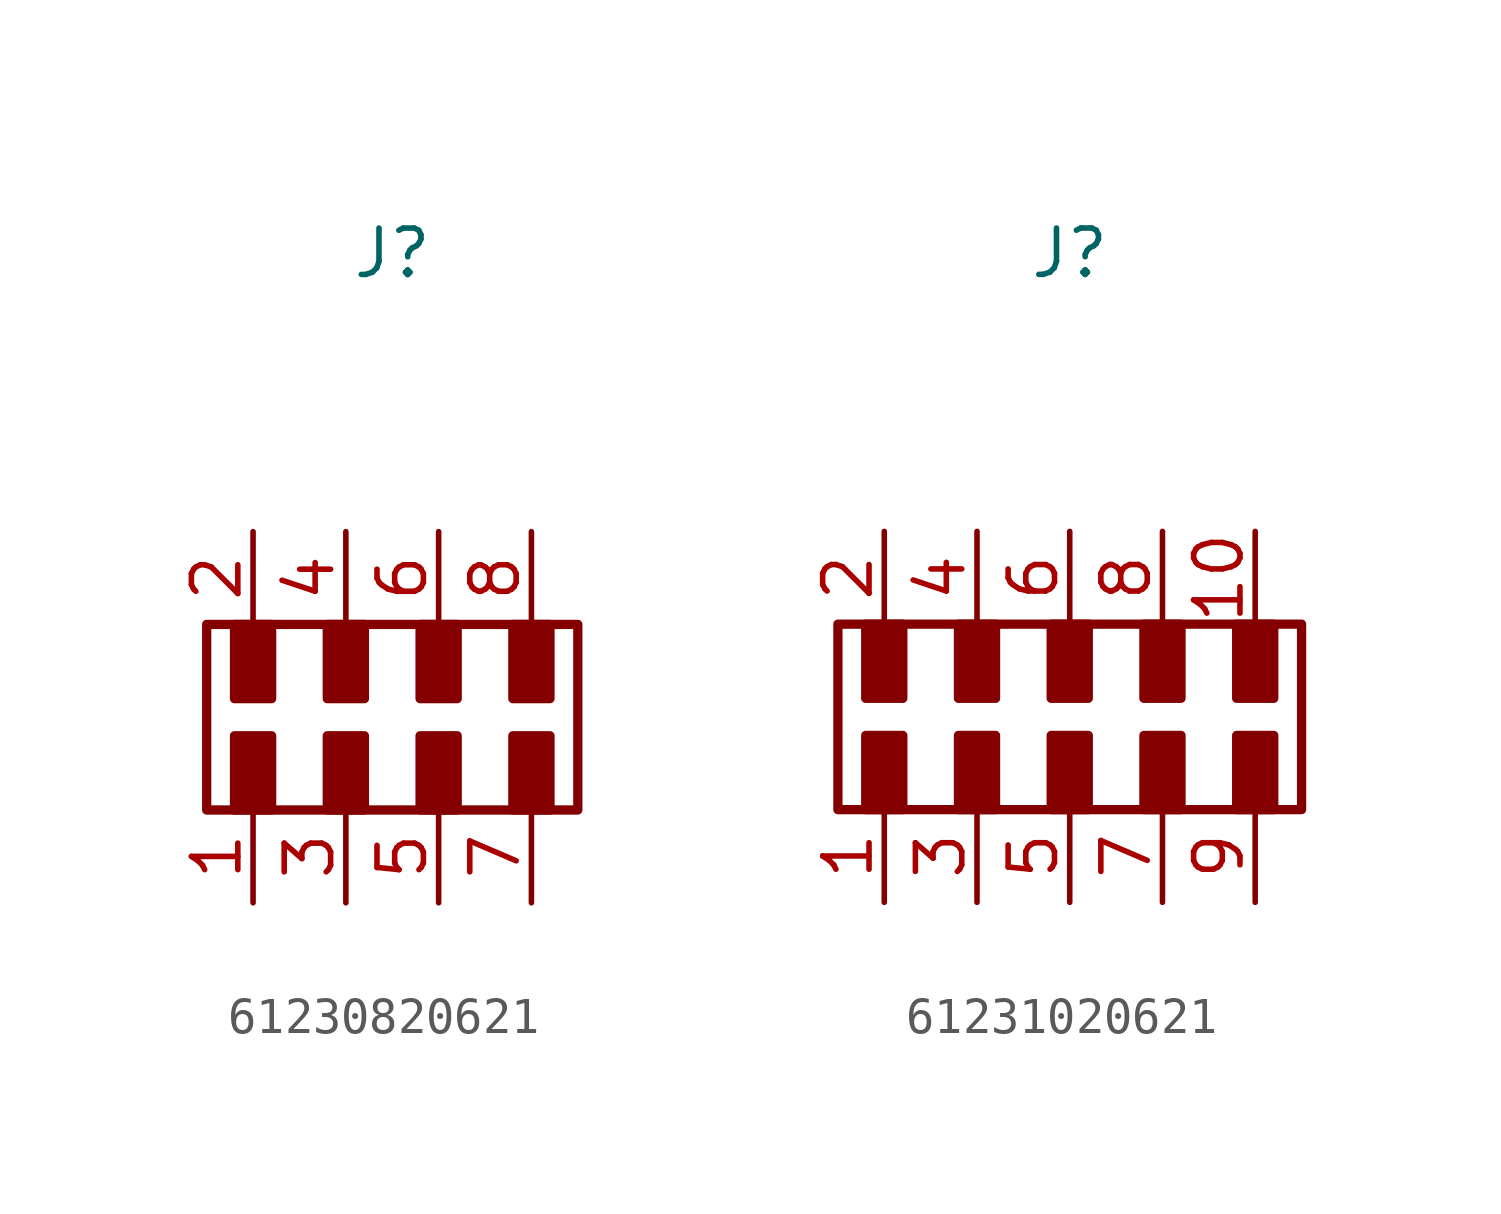
<source format=kicad_sym>
(kicad_symbol_lib
  (version 20241209)
  (generator "kicad_symbol_editor")
  (generator_version "9.0")
  (symbol "61230820621"
    (pin_names
      (hide yes))
    (property "Reference" "J"
      (at 0 12.7 0)
      (effects (font (size 1.27 1.27))))
    (symbol "61230820621_1_1"
      (rectangle (start -5.08 2.54) (end 5.08 -2.54) (stroke (width 0.254) (type solid)) (fill (type none)))
      (rectangle (start -4.318 2.54) (end -3.302 0.508) (stroke (width 0.254) (type solid)) (fill (type outline)))
      (rectangle (start -4.318 -0.508) (end -3.302 -2.54) (stroke (width 0.254) (type solid)) (fill (type outline)))
      (rectangle (start -1.778 2.54) (end -0.762 0.508) (stroke (width 0.254) (type solid)) (fill (type outline)))
      (rectangle (start -1.778 -0.508) (end -0.762 -2.54) (stroke (width 0.254) (type solid)) (fill (type outline)))
      (rectangle (start 0.762 2.54) (end 1.778 0.508) (stroke (width 0.254) (type solid)) (fill (type outline)))
      (rectangle (start 0.762 -0.508) (end 1.778 -2.54) (stroke (width 0.254) (type solid)) (fill (type outline)))
      (rectangle (start 3.302 2.54) (end 4.318 0.508) (stroke (width 0.254) (type solid)) (fill (type outline)))
      (rectangle (start 3.302 -0.508) (end 4.318 -2.54) (stroke (width 0.254) (type solid)) (fill (type outline)))
      (pin passive line (at -3.81 5.08 270) (length 2.54) (name "2" (effects (font (size 1.27 1.27)))) (number "2" (effects (font (size 1.27 1.27)))))
      (pin passive line (at -3.81 -5.08 90) (length 2.54) (name "1" (effects (font (size 1.27 1.27)))) (number "1" (effects (font (size 1.27 1.27)))))
      (pin passive line (at -1.27 5.08 270) (length 2.54) (name "4" (effects (font (size 1.27 1.27)))) (number "4" (effects (font (size 1.27 1.27)))))
      (pin passive line (at -1.27 -5.08 90) (length 2.54) (name "3" (effects (font (size 1.27 1.27)))) (number "3" (effects (font (size 1.27 1.27)))))
      (pin passive line (at 1.27 5.08 270) (length 2.54) (name "6" (effects (font (size 1.27 1.27)))) (number "6" (effects (font (size 1.27 1.27)))))
      (pin passive line (at 1.27 -5.08 90) (length 2.54) (name "5" (effects (font (size 1.27 1.27)))) (number "5" (effects (font (size 1.27 1.27)))))
      (pin passive line (at 3.81 5.08 270) (length 2.54) (name "8" (effects (font (size 1.27 1.27)))) (number "8" (effects (font (size 1.27 1.27)))))
      (pin passive line (at 3.81 -5.08 90) (length 2.54) (name "7" (effects (font (size 1.27 1.27)))) (number "7" (effects (font (size 1.27 1.27)))))))
  (symbol "61231020621"
    (pin_names
      (hide yes))
    (property "Reference" "J"
      (at 0 12.7 0)
      (effects (font (size 1.27 1.27))))
    (symbol "61231020621_1_1"
      (rectangle (start -6.35 2.54) (end 6.35 -2.54) (stroke (width 0.254) (type solid)) (fill (type none)))
      (rectangle (start -5.588 2.54) (end -4.572 0.508) (stroke (width 0.254) (type solid)) (fill (type outline)))
      (rectangle (start -5.588 -0.508) (end -4.572 -2.54) (stroke (width 0.254) (type solid)) (fill (type outline)))
      (rectangle (start -3.048 2.54) (end -2.032 0.508) (stroke (width 0.254) (type solid)) (fill (type outline)))
      (rectangle (start -3.048 -0.508) (end -2.032 -2.54) (stroke (width 0.254) (type solid)) (fill (type outline)))
      (rectangle (start -0.508 2.54) (end 0.508 0.508) (stroke (width 0.254) (type solid)) (fill (type outline)))
      (rectangle (start -0.508 -0.508) (end 0.508 -2.54) (stroke (width 0.254) (type solid)) (fill (type outline)))
      (rectangle (start 2.032 2.54) (end 3.048 0.508) (stroke (width 0.254) (type solid)) (fill (type outline)))
      (rectangle (start 2.032 -0.508) (end 3.048 -2.54) (stroke (width 0.254) (type solid)) (fill (type outline)))
      (rectangle (start 4.572 2.54) (end 5.588 0.508) (stroke (width 0.254) (type solid)) (fill (type outline)))
      (rectangle (start 4.572 -0.508) (end 5.588 -2.54) (stroke (width 0.254) (type solid)) (fill (type outline)))
      (pin passive line (at -5.08 5.08 270) (length 2.54) (name "2" (effects (font (size 1.27 1.27)))) (number "2" (effects (font (size 1.27 1.27)))))
      (pin passive line (at -5.08 -5.08 90) (length 2.54) (name "1" (effects (font (size 1.27 1.27)))) (number "1" (effects (font (size 1.27 1.27)))))
      (pin passive line (at -2.54 5.08 270) (length 2.54) (name "4" (effects (font (size 1.27 1.27)))) (number "4" (effects (font (size 1.27 1.27)))))
      (pin passive line (at -2.54 -5.08 90) (length 2.54) (name "3" (effects (font (size 1.27 1.27)))) (number "3" (effects (font (size 1.27 1.27)))))
      (pin passive line (at 0 5.08 270) (length 2.54) (name "6" (effects (font (size 1.27 1.27)))) (number "6" (effects (font (size 1.27 1.27)))))
      (pin passive line (at 0 -5.08 90) (length 2.54) (name "5" (effects (font (size 1.27 1.27)))) (number "5" (effects (font (size 1.27 1.27)))))
      (pin passive line (at 2.54 5.08 270) (length 2.54) (name "8" (effects (font (size 1.27 1.27)))) (number "8" (effects (font (size 1.27 1.27)))))
      (pin passive line (at 2.54 -5.08 90) (length 2.54) (name "7" (effects (font (size 1.27 1.27)))) (number "7" (effects (font (size 1.27 1.27)))))
      (pin passive line (at 5.08 5.08 270) (length 2.54) (name "10" (effects (font (size 1.27 1.27)))) (number "10" (effects (font (size 1.27 1.27)))))
      (pin passive line (at 5.08 -5.08 90) (length 2.54) (name "9" (effects (font (size 1.27 1.27)))) (number "9" (effects (font (size 1.27 1.27))))))))
</source>
